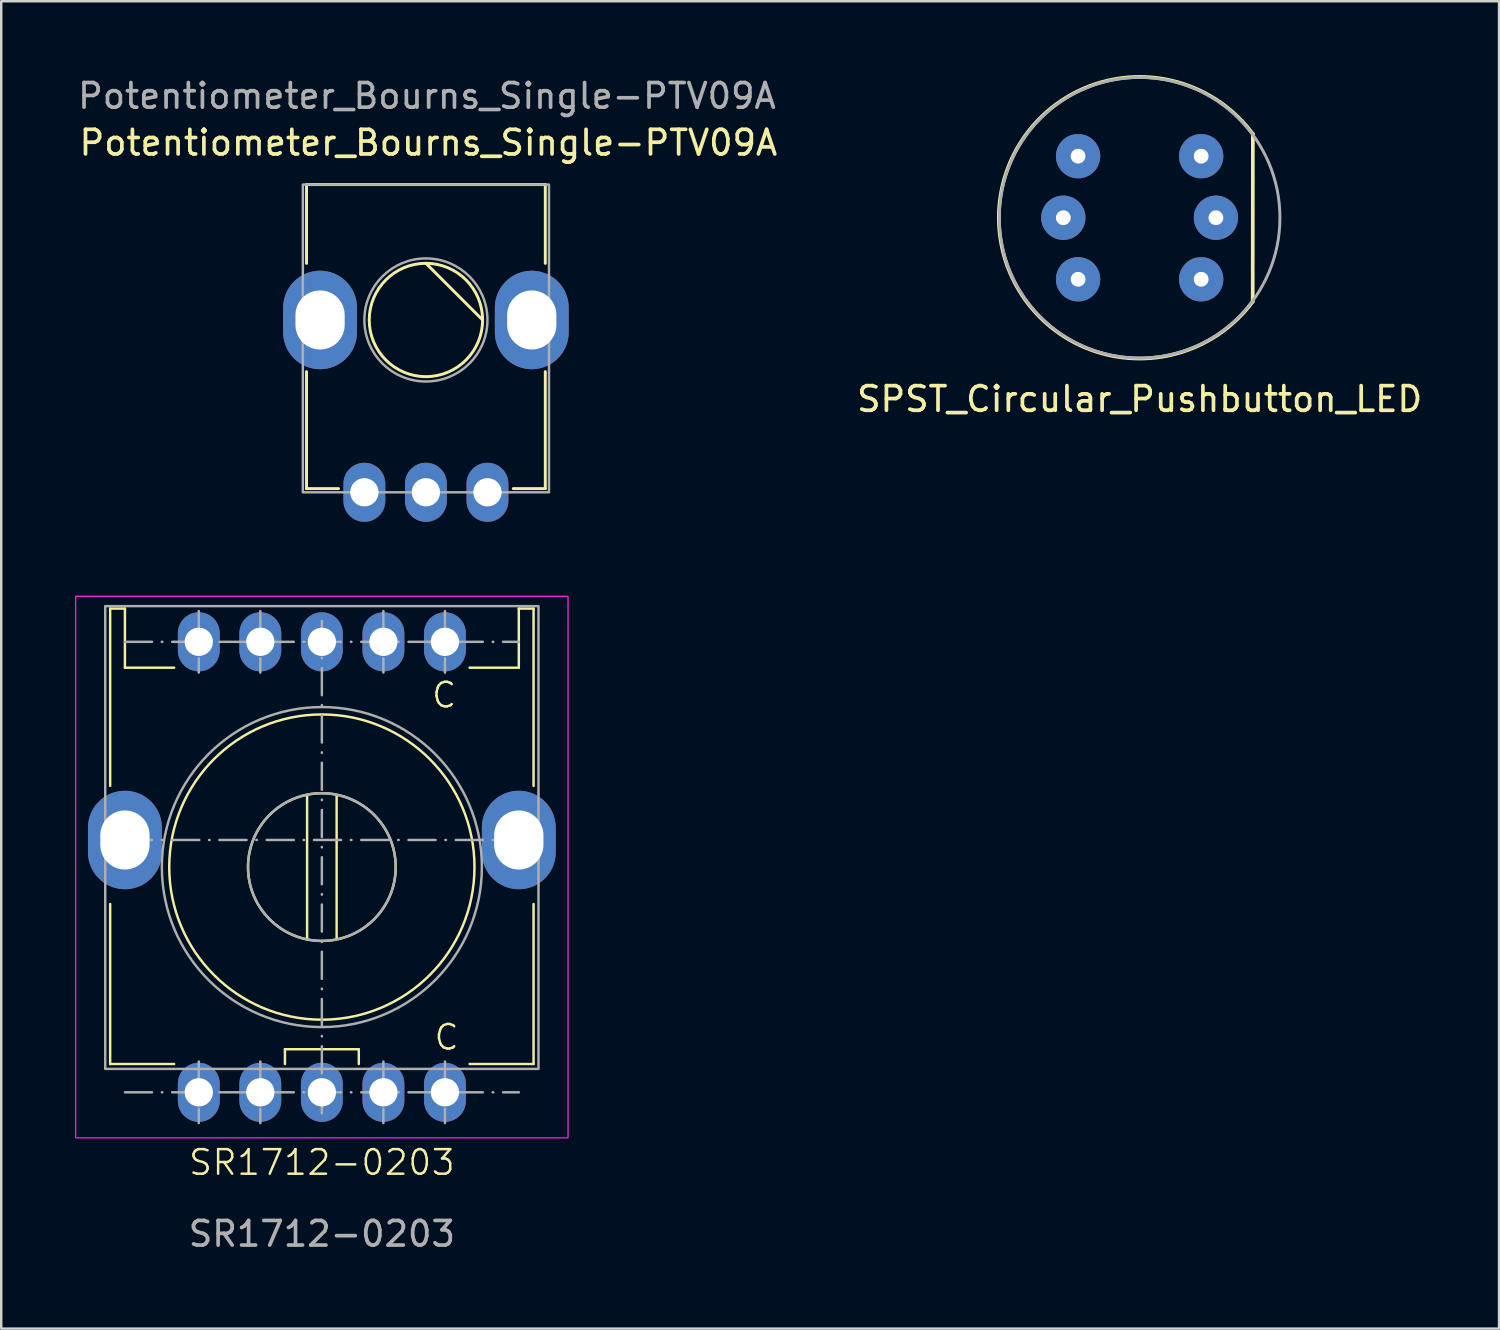
<source format=kicad_pcb>
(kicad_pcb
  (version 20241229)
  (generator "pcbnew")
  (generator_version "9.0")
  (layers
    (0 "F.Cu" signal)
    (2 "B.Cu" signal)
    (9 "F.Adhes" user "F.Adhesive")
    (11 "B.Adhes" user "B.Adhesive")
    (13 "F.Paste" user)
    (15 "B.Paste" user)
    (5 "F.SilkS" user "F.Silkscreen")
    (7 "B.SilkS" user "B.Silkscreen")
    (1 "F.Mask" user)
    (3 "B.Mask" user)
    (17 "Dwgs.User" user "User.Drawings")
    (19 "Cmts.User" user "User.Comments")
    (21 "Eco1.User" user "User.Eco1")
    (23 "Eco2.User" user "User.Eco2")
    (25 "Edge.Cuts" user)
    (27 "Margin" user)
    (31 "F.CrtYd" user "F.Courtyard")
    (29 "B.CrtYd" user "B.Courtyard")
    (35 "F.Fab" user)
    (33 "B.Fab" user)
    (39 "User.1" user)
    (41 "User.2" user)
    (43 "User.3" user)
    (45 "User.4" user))
  (footprint "Potentiometer_Bourns_Single-PTV09A"
    (layer "F.Cu")
    (at 14.252 9.948)
    (property "Reference" "Potentiometer_Bourns_Single-PTV09A" (at 0.1 -7.2 180) (layer "F.SilkS") (effects (font (size 1 1) (thickness 0.15))))
    (attr through_hole)
    (fp_line (start -4.85 -5.5) (end -4.85 -2.3) (stroke (width 0.12) (type default)) (layer "F.SilkS"))
    (fp_line (start -4.85 -5.5) (end 4.85 -5.5) (stroke (width 0.12) (type default)) (layer "F.SilkS"))
    (fp_line (start -4.85 2.1) (end -4.85 6.85) (stroke (width 0.12) (type default)) (layer "F.SilkS"))
    (fp_line (start -3.55 6.85) (end -4.85 6.85) (stroke (width 0.12) (type default)) (layer "F.SilkS"))
    (fp_line (start 0 -2.302) (end 2.302 0) (stroke (width 0.12) (type default)) (layer "F.SilkS"))
    (fp_line (start 4.85 -5.5) (end 4.85 -2.3) (stroke (width 0.12) (type default)) (layer "F.SilkS"))
    (fp_line (start 4.85 2.1) (end 4.85 6.85) (stroke (width 0.12) (type default)) (layer "F.SilkS"))
    (fp_line (start 4.85 6.85) (end 3.55 6.85) (stroke (width 0.12) (type default)) (layer "F.SilkS"))
    (fp_circle (center 0 0) (end 1.3 -1.9) (stroke (width 0.12) (type default)) (fill no) (layer "F.SilkS"))
    (fp_rect (start -5 -5.5) (end 5 7) (stroke (width 0.1) (type default)) (fill no) (layer "F.Fab"))
    (fp_circle (center 0 0) (end 2.5 0) (stroke (width 0.1) (type solid)) (fill no) (layer "F.Fab"))
    (fp_text user "${REFERENCE}" (at 0.04 -9.1 180) (layer "F.Fab") (effects (font (size 1 1) (thickness 0.15))))
    (pad "" thru_hole oval (at -4.3 0 180) (size 3 4) (drill oval 2 2.4) (layers "*.Cu" "*.Mask"))
    (pad "" thru_hole oval (at 4.3 0 180) (size 3 4) (drill oval 2 2.4) (layers "*.Cu" "*.Mask"))
    (pad "1" thru_hole oval (at -2.5 7 180) (size 1.7 2.4) (drill 1.15) (layers "*.Cu" "*.Mask"))
    (pad "2" thru_hole oval (at 0 7 180) (size 1.7 2.4) (drill 1.15) (layers "*.Cu" "*.Mask"))
    (pad "3" thru_hole oval (at 2.5 7 180) (size 1.7 2.4) (drill 1.15) (layers "*.Cu" "*.Mask")))
  (footprint "SPST_Circular_Pushbutton_LED"
    (layer "F.Cu")
    (at 43.245 5.795)
    (property "Reference" "SPST_Circular_Pushbutton_LED" (at 0 7.366 0) (layer "F.SilkS") (effects (font (size 1 1) (thickness 0.15))))
    (attr through_hole)
    (fp_line (start 4.6 -3.4) (end 4.594 3.409) (stroke (width 0.15) (type solid)) (layer "F.SilkS"))
    (fp_arc (start 4.593592 3.408653) (mid -5.720138 -0.005384) (end 4.6 -3.4) (stroke (width 0.15) (type solid)) (layer "F.SilkS"))
    (fp_circle (center 0 0) (end 5.7 0) (stroke (width 0.12) (type solid)) (fill no) (layer "F.Fab"))
    (pad "1" thru_hole circle (at -2.5 -2.5) (size 1.8 1.8) (drill 0.6) (layers "*.Cu" "*.Mask"))
    (pad "2" thru_hole circle (at 2.5 -2.5) (size 1.8 1.8) (drill 0.6) (layers "*.Cu" "*.Mask"))
    (pad "3" thru_hole circle (at -2.5 2.5) (size 1.8 1.8) (drill 0.6) (layers "*.Cu" "*.Mask"))
    (pad "4" thru_hole circle (at 2.5 2.5) (size 1.8 1.8) (drill 0.6) (layers "*.Cu" "*.Mask"))
    (pad "L1" thru_hole circle (at -3.1 0) (size 1.8 1.8) (drill 0.6) (layers "*.Cu" "*.Mask"))
    (pad "L2" thru_hole circle (at 3.1 0) (size 1.8 1.8) (drill 0.6) (layers "*.Cu" "*.Mask")))
  (footprint "SR1712-0203"
    (layer "F.Cu")
    (at 10.025 32.173)
    (property "Reference" "SR1712-0203" (at 0 12 0) (unlocked yes) (layer "F.SilkS") (effects (font (size 1 1) (thickness 0.1))))
    (attr smd)
    (fp_line (start -8.6 -10.5) (end -8.6 -3.3) (stroke (width 0.1) (type default)) (layer "F.SilkS"))
    (fp_line (start -8.6 -10.5) (end -8 -10.5) (stroke (width 0.1) (type default)) (layer "F.SilkS"))
    (fp_line (start -8.6 1.5) (end -8.6 8) (stroke (width 0.1) (type default)) (layer "F.SilkS"))
    (fp_line (start -8 -10.5) (end -8 -8.1) (stroke (width 0.1) (type default)) (layer "F.SilkS"))
    (fp_line (start -8 -8.1) (end -6 -8.1) (stroke (width 0.1) (type default)) (layer "F.SilkS"))
    (fp_line (start -6 8) (end -8.6 8) (stroke (width 0.1) (type default)) (layer "F.SilkS"))
    (fp_line (start -1.5 8) (end -1.5 7.4) (stroke (width 0.1) (type default)) (layer "F.SilkS"))
    (fp_line (start -0.6 -2.9) (end -0.6 2.9) (stroke (width 0.1) (type default)) (layer "F.SilkS"))
    (fp_line (start 0.6 2.9) (end 0.6 -2.9) (stroke (width 0.1) (type default)) (layer "F.SilkS"))
    (fp_line (start 1.5 7.4) (end -1.5 7.4) (stroke (width 0.1) (type default)) (layer "F.SilkS"))
    (fp_line (start 1.5 7.4) (end 1.5 8) (stroke (width 0.1) (type default)) (layer "F.SilkS"))
    (fp_line (start 6 -8.1) (end 8 -8.1) (stroke (width 0.1) (type default)) (layer "F.SilkS"))
    (fp_line (start 8 -10.5) (end 8.6 -10.5) (stroke (width 0.1) (type default)) (layer "F.SilkS"))
    (fp_line (start 8 -8.1) (end 8 -10.5) (stroke (width 0.1) (type default)) (layer "F.SilkS"))
    (fp_line (start 8.6 -10.5) (end 8.6 -3.3) (stroke (width 0.1) (type default)) (layer "F.SilkS"))
    (fp_line (start 8.6 1.5) (end 8.6 8) (stroke (width 0.1) (type default)) (layer "F.SilkS"))
    (fp_line (start 8.6 8) (end 6 8) (stroke (width 0.1) (type default)) (layer "F.SilkS"))
    (fp_circle (center 0 0) (end 0 -3) (stroke (width 0.1) (type default)) (fill no) (layer "F.SilkS"))
    (fp_circle (center 0 0) (end 6.2 0) (stroke (width 0.1) (type solid)) (fill no) (layer "F.SilkS"))
    (fp_rect (start -10 -11) (end 10 11) (stroke (width 0.05) (type default)) (fill no) (layer "F.CrtYd"))
    (fp_line (start -8 -9.15) (end 8 -9.15) (stroke (width 0.1) (type dash_dot)) (layer "F.Fab"))
    (fp_line (start -8 -1.1) (end 8 -1.1) (stroke (width 0.1) (type dash_dot)) (layer "F.Fab"))
    (fp_line (start -8 9.15) (end 8 9.15) (stroke (width 0.1) (type dash_dot)) (layer "F.Fab"))
    (fp_line (start -5 -10.4) (end -5 -7.9) (stroke (width 0.1) (type dash_dot)) (layer "F.Fab"))
    (fp_line (start -5 7.9) (end -5 10.4) (stroke (width 0.1) (type dash_dot)) (layer "F.Fab"))
    (fp_line (start -2.5 -10.4) (end -2.5 -7.9) (stroke (width 0.1) (type dash_dot)) (layer "F.Fab"))
    (fp_line (start -2.5 7.9) (end -2.5 10.4) (stroke (width 0.1) (type dash_dot)) (layer "F.Fab"))
    (fp_line (start 0 -10) (end 0 10) (stroke (width 0.1) (type dash_dot)) (layer "F.Fab"))
    (fp_line (start 2.5 -10.4) (end 2.5 -7.9) (stroke (width 0.1) (type dash_dot)) (layer "F.Fab"))
    (fp_line (start 2.5 7.9) (end 2.5 10.4) (stroke (width 0.1) (type dash_dot)) (layer "F.Fab"))
    (fp_line (start 5 -10.4) (end 5 -7.9) (stroke (width 0.1) (type dash_dot)) (layer "F.Fab"))
    (fp_line (start 5 7.9) (end 5 10.4) (stroke (width 0.1) (type dash_dot)) (layer "F.Fab"))
    (fp_rect (start -8.8 -10.6) (end 8.8 8.2) (stroke (width 0.1) (type default)) (fill no) (layer "F.Fab"))
    (fp_circle (center 0 0) (end 0 -6.5) (stroke (width 0.1) (type default)) (fill no) (layer "F.Fab"))
    (fp_circle (center 0 0) (end 0 -3) (stroke (width 0.1) (type default)) (fill no) (layer "F.Fab"))
    (fp_text user "C" (at 4.4 -6.4 0) (unlocked yes) (layer "F.SilkS") (effects (font (size 1 1) (thickness 0.1)) (justify left bottom)))
    (fp_text user "C" (at 4.5 7.5 0) (unlocked yes) (layer "F.SilkS") (effects (font (size 1 1) (thickness 0.1)) (justify left bottom)))
    (fp_text user "${REFERENCE}" (at 0 14.9 0) (unlocked yes) (layer "F.Fab") (effects (font (size 1 1) (thickness 0.15))))
    (pad "" thru_hole oval (at -8 -1.1 180) (size 3 4) (drill oval 2 2.4) (layers "*.Cu" "*.Mask"))
    (pad "" thru_hole oval (at 8 -1.1 180) (size 3 4) (drill oval 2 2.4) (layers "*.Cu" "*.Mask"))
    (pad "1" thru_hole oval (at 5 9.15 180) (size 1.7 2.4) (drill 1.15) (layers "*.Cu" "*.Mask"))
    (pad "2" thru_hole oval (at 2.5 9.15 180) (size 1.7 2.4) (drill 1.15) (layers "*.Cu" "*.Mask"))
    (pad "3" thru_hole oval (at 0 9.15 180) (size 1.7 2.4) (drill 1.15) (layers "*.Cu" "*.Mask"))
    (pad "4" thru_hole oval (at -2.5 9.15 180) (size 1.7 2.4) (drill 1.15) (layers "*.Cu" "*.Mask"))
    (pad "5" thru_hole oval (at -5 9.15 180) (size 1.7 2.4) (drill 1.15) (layers "*.Cu" "*.Mask"))
    (pad "6" thru_hole oval (at -5 -9.15 180) (size 1.7 2.4) (drill 1.15) (layers "*.Cu" "*.Mask"))
    (pad "7" thru_hole oval (at -2.5 -9.15 180) (size 1.7 2.4) (drill 1.15) (layers "*.Cu" "*.Mask"))
    (pad "8" thru_hole oval (at 0 -9.15 180) (size 1.7 2.4) (drill 1.15) (layers "*.Cu" "*.Mask"))
    (pad "9" thru_hole oval (at 2.5 -9.15 180) (size 1.7 2.4) (drill 1.15) (layers "*.Cu" "*.Mask"))
    (pad "10" thru_hole oval (at 5 -9.15 180) (size 1.7 2.4) (drill 1.15) (layers "*.Cu" "*.Mask")))
  (gr_rect
    (start -3 -3)
    (end 57.846 50.922)
    (stroke (width 0.1) (type default))
    (fill no)
    (layer "Edge.Cuts")))
</source>
